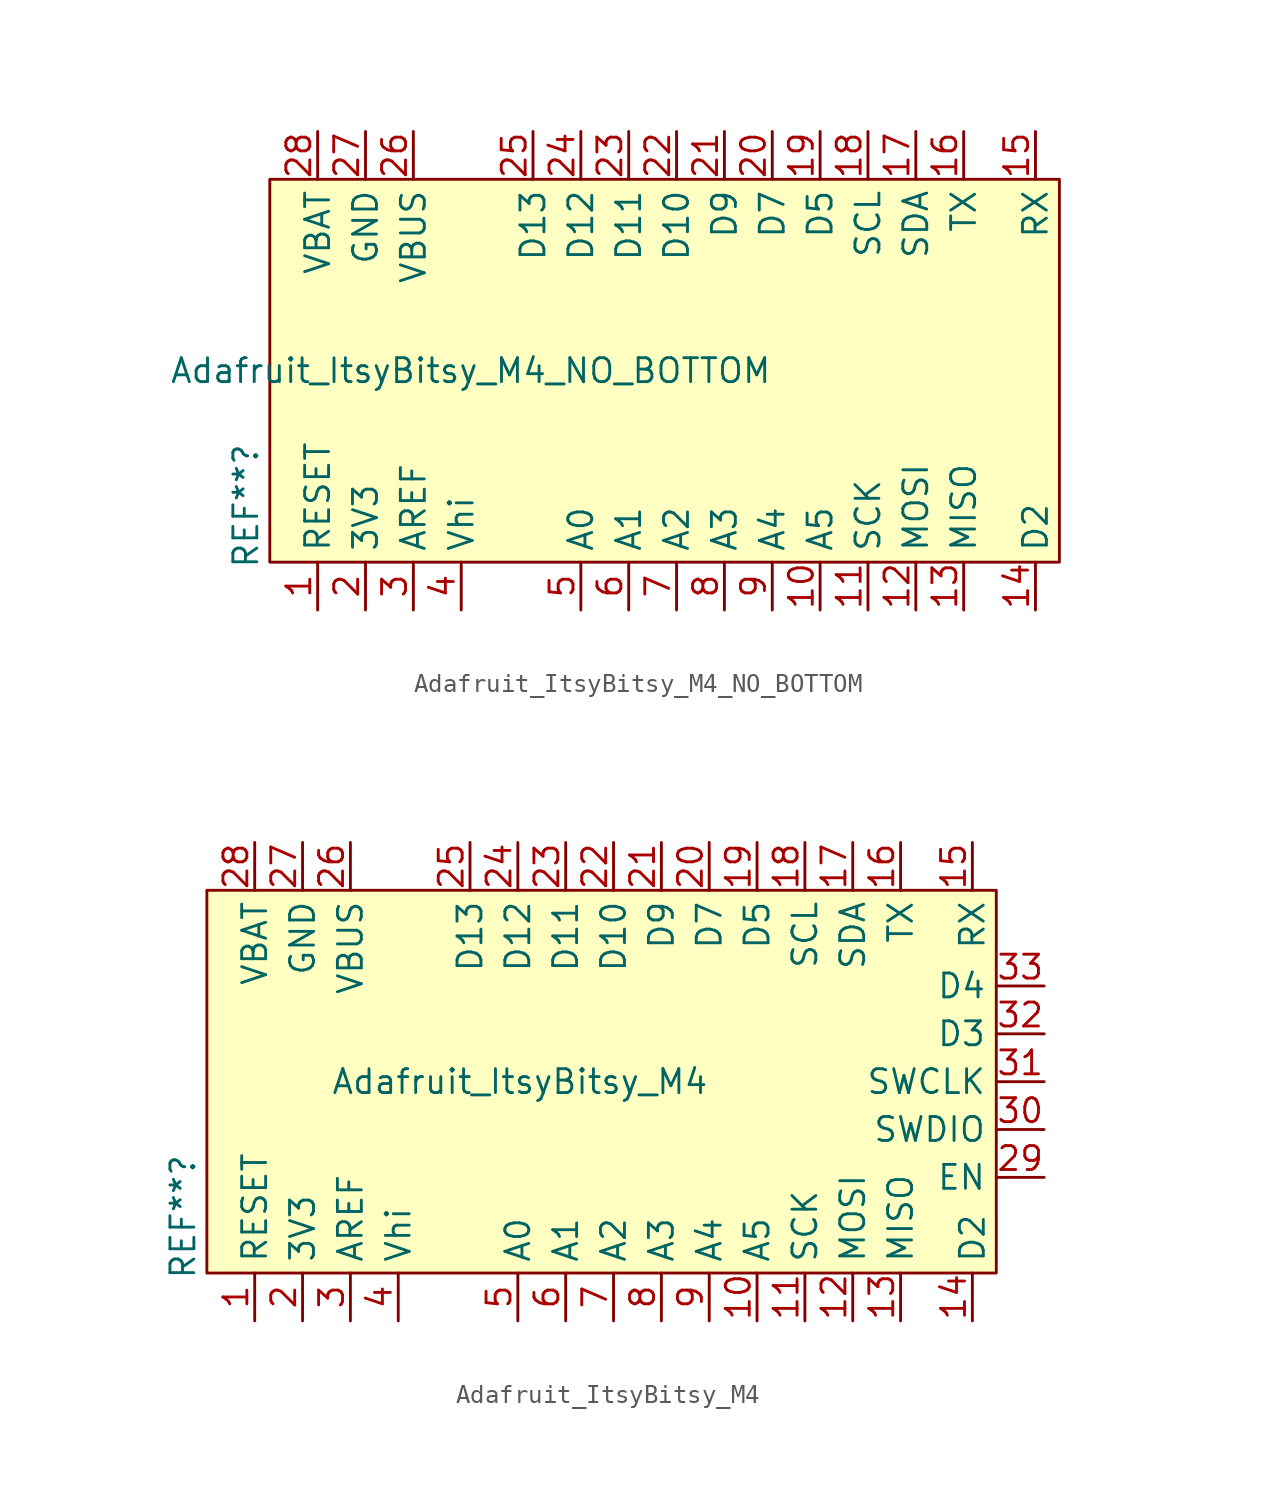
<source format=kicad_sym>
(kicad_symbol_lib
  (version 20220914)
  (generator kicad_symbol_editor)
  (symbol "Adafruit_ItsyBitsy_M4_NO_BOTTOM"
    (property "Reference" "REF**"
      (at -21.59 -3.81 90)
      (effects (font (size 1.27 1.27)) (justify right)))
    (property "Value" "Adafruit_ItsyBitsy_M4_NO_BOTTOM"
      (at 6.35 0 0)
      (effects (font (size 1.27 1.27)) (justify right)))
    (symbol "Adafruit_ItsyBitsy_M4_NO_BOTTOM_0_1"
      (rectangle (start -20.32 10.16) (end 21.59 -10.16) (stroke (width 0) (type default)) (fill (type background))))
    (symbol "Adafruit_ItsyBitsy_M4_NO_BOTTOM_1_1"
      (pin bidirectional line (at -17.78 -12.7 90) (length 2.54) (name "RESET" (effects (font (size 1.27 1.27)))) (number "1" (effects (font (size 1.27 1.27)))))
      (pin bidirectional line (at 8.89 -12.7 90) (length 2.54) (name "A5" (effects (font (size 1.27 1.27)))) (number "10" (effects (font (size 1.27 1.27)))))
      (pin bidirectional line (at 11.43 -12.7 90) (length 2.54) (name "SCK" (effects (font (size 1.27 1.27)))) (number "11" (effects (font (size 1.27 1.27)))))
      (pin bidirectional line (at 13.97 -12.7 90) (length 2.54) (name "MOSI" (effects (font (size 1.27 1.27)))) (number "12" (effects (font (size 1.27 1.27)))))
      (pin bidirectional line (at 16.51 -12.7 90) (length 2.54) (name "MISO" (effects (font (size 1.27 1.27)))) (number "13" (effects (font (size 1.27 1.27)))))
      (pin bidirectional line (at 20.32 -12.7 90) (length 2.54) (name "D2" (effects (font (size 1.27 1.27)))) (number "14" (effects (font (size 1.27 1.27)))))
      (pin bidirectional line (at 20.32 12.7 270) (length 2.54) (name "RX" (effects (font (size 1.27 1.27)))) (number "15" (effects (font (size 1.27 1.27)))))
      (pin bidirectional line (at 16.51 12.7 270) (length 2.54) (name "TX" (effects (font (size 1.27 1.27)))) (number "16" (effects (font (size 1.27 1.27)))))
      (pin bidirectional line (at 13.97 12.7 270) (length 2.54) (name "SDA" (effects (font (size 1.27 1.27)))) (number "17" (effects (font (size 1.27 1.27)))))
      (pin bidirectional line (at 11.43 12.7 270) (length 2.54) (name "SCL" (effects (font (size 1.27 1.27)))) (number "18" (effects (font (size 1.27 1.27)))))
      (pin bidirectional line (at 8.89 12.7 270) (length 2.54) (name "D5" (effects (font (size 1.27 1.27)))) (number "19" (effects (font (size 1.27 1.27)))))
      (pin power_out line (at -15.24 -12.7 90) (length 2.54) (name "3V3" (effects (font (size 1.27 1.27)))) (number "2" (effects (font (size 1.27 1.27)))))
      (pin bidirectional line (at 6.35 12.7 270) (length 2.54) (name "D7" (effects (font (size 1.27 1.27)))) (number "20" (effects (font (size 1.27 1.27)))))
      (pin bidirectional line (at 3.81 12.7 270) (length 2.54) (name "D9" (effects (font (size 1.27 1.27)))) (number "21" (effects (font (size 1.27 1.27)))))
      (pin bidirectional line (at 1.27 12.7 270) (length 2.54) (name "D10" (effects (font (size 1.27 1.27)))) (number "22" (effects (font (size 1.27 1.27)))))
      (pin bidirectional line (at -1.27 12.7 270) (length 2.54) (name "D11" (effects (font (size 1.27 1.27)))) (number "23" (effects (font (size 1.27 1.27)))))
      (pin bidirectional line (at -3.81 12.7 270) (length 2.54) (name "D12" (effects (font (size 1.27 1.27)))) (number "24" (effects (font (size 1.27 1.27)))))
      (pin bidirectional line (at -6.35 12.7 270) (length 2.54) (name "D13" (effects (font (size 1.27 1.27)))) (number "25" (effects (font (size 1.27 1.27)))))
      (pin power_out line (at -12.7 12.7 270) (length 2.54) (name "VBUS" (effects (font (size 1.27 1.27)))) (number "26" (effects (font (size 1.27 1.27)))))
      (pin power_out line (at -15.24 12.7 270) (length 2.54) (name "GND" (effects (font (size 1.27 1.27)))) (number "27" (effects (font (size 1.27 1.27)))))
      (pin power_in line (at -17.78 12.7 270) (length 2.54) (name "VBAT" (effects (font (size 1.27 1.27)))) (number "28" (effects (font (size 1.27 1.27)))))
      (pin no_connect line (at 24.13 -5.08 180) (length 2.54) hide (name "EN" (effects (font (size 1.27 1.27)))) (number "29" (effects (font (size 1.27 1.27)))))
      (pin power_in line (at -12.7 -12.7 90) (length 2.54) (name "AREF" (effects (font (size 1.27 1.27)))) (number "3" (effects (font (size 1.27 1.27)))))
      (pin no_connect line (at 24.13 -2.54 180) (length 2.54) hide (name "SWDIO" (effects (font (size 1.27 1.27)))) (number "30" (effects (font (size 1.27 1.27)))))
      (pin no_connect line (at 24.13 0 180) (length 2.54) hide (name "SWCLK" (effects (font (size 1.27 1.27)))) (number "31" (effects (font (size 1.27 1.27)))))
      (pin no_connect line (at 24.13 2.54 180) (length 2.54) hide (name "D3" (effects (font (size 1.27 1.27)))) (number "32" (effects (font (size 1.27 1.27)))))
      (pin no_connect line (at 24.13 5.08 180) (length 2.54) hide (name "D4" (effects (font (size 1.27 1.27)))) (number "33" (effects (font (size 1.27 1.27)))))
      (pin power_out line (at -10.16 -12.7 90) (length 2.54) (name "Vhi" (effects (font (size 1.27 1.27)))) (number "4" (effects (font (size 1.27 1.27)))))
      (pin bidirectional line (at -3.81 -12.7 90) (length 2.54) (name "A0" (effects (font (size 1.27 1.27)))) (number "5" (effects (font (size 1.27 1.27)))))
      (pin bidirectional line (at -1.27 -12.7 90) (length 2.54) (name "A1" (effects (font (size 1.27 1.27)))) (number "6" (effects (font (size 1.27 1.27)))))
      (pin bidirectional line (at 1.27 -12.7 90) (length 2.54) (name "A2" (effects (font (size 1.27 1.27)))) (number "7" (effects (font (size 1.27 1.27)))))
      (pin bidirectional line (at 3.81 -12.7 90) (length 2.54) (name "A3" (effects (font (size 1.27 1.27)))) (number "8" (effects (font (size 1.27 1.27)))))
      (pin bidirectional line (at 6.35 -12.7 90) (length 2.54) (name "A4" (effects (font (size 1.27 1.27)))) (number "9" (effects (font (size 1.27 1.27)))))))
  (symbol "Adafruit_ItsyBitsy_M4"
    (property "Reference" "REF**"
      (at -21.59 -3.81 90)
      (effects (font (size 1.27 1.27)) (justify right)))
    (property "Value" "Adafruit_ItsyBitsy_M4"
      (at 6.35 0 0)
      (effects (font (size 1.27 1.27)) (justify right)))
    (symbol "Adafruit_ItsyBitsy_M4_0_1"
      (rectangle (start -20.32 10.16) (end 21.59 -10.16) (stroke (width 0) (type default)) (fill (type background))))
    (symbol "Adafruit_ItsyBitsy_M4_1_1"
      (pin bidirectional line (at -17.78 -12.7 90) (length 2.54) (name "RESET" (effects (font (size 1.27 1.27)))) (number "1" (effects (font (size 1.27 1.27)))))
      (pin bidirectional line (at 8.89 -12.7 90) (length 2.54) (name "A5" (effects (font (size 1.27 1.27)))) (number "10" (effects (font (size 1.27 1.27)))))
      (pin bidirectional line (at 11.43 -12.7 90) (length 2.54) (name "SCK" (effects (font (size 1.27 1.27)))) (number "11" (effects (font (size 1.27 1.27)))))
      (pin bidirectional line (at 13.97 -12.7 90) (length 2.54) (name "MOSI" (effects (font (size 1.27 1.27)))) (number "12" (effects (font (size 1.27 1.27)))))
      (pin bidirectional line (at 16.51 -12.7 90) (length 2.54) (name "MISO" (effects (font (size 1.27 1.27)))) (number "13" (effects (font (size 1.27 1.27)))))
      (pin bidirectional line (at 20.32 -12.7 90) (length 2.54) (name "D2" (effects (font (size 1.27 1.27)))) (number "14" (effects (font (size 1.27 1.27)))))
      (pin bidirectional line (at 20.32 12.7 270) (length 2.54) (name "RX" (effects (font (size 1.27 1.27)))) (number "15" (effects (font (size 1.27 1.27)))))
      (pin bidirectional line (at 16.51 12.7 270) (length 2.54) (name "TX" (effects (font (size 1.27 1.27)))) (number "16" (effects (font (size 1.27 1.27)))))
      (pin bidirectional line (at 13.97 12.7 270) (length 2.54) (name "SDA" (effects (font (size 1.27 1.27)))) (number "17" (effects (font (size 1.27 1.27)))))
      (pin bidirectional line (at 11.43 12.7 270) (length 2.54) (name "SCL" (effects (font (size 1.27 1.27)))) (number "18" (effects (font (size 1.27 1.27)))))
      (pin bidirectional line (at 8.89 12.7 270) (length 2.54) (name "D5" (effects (font (size 1.27 1.27)))) (number "19" (effects (font (size 1.27 1.27)))))
      (pin power_out line (at -15.24 -12.7 90) (length 2.54) (name "3V3" (effects (font (size 1.27 1.27)))) (number "2" (effects (font (size 1.27 1.27)))))
      (pin bidirectional line (at 6.35 12.7 270) (length 2.54) (name "D7" (effects (font (size 1.27 1.27)))) (number "20" (effects (font (size 1.27 1.27)))))
      (pin bidirectional line (at 3.81 12.7 270) (length 2.54) (name "D9" (effects (font (size 1.27 1.27)))) (number "21" (effects (font (size 1.27 1.27)))))
      (pin bidirectional line (at 1.27 12.7 270) (length 2.54) (name "D10" (effects (font (size 1.27 1.27)))) (number "22" (effects (font (size 1.27 1.27)))))
      (pin bidirectional line (at -1.27 12.7 270) (length 2.54) (name "D11" (effects (font (size 1.27 1.27)))) (number "23" (effects (font (size 1.27 1.27)))))
      (pin bidirectional line (at -3.81 12.7 270) (length 2.54) (name "D12" (effects (font (size 1.27 1.27)))) (number "24" (effects (font (size 1.27 1.27)))))
      (pin bidirectional line (at -6.35 12.7 270) (length 2.54) (name "D13" (effects (font (size 1.27 1.27)))) (number "25" (effects (font (size 1.27 1.27)))))
      (pin power_out line (at -12.7 12.7 270) (length 2.54) (name "VBUS" (effects (font (size 1.27 1.27)))) (number "26" (effects (font (size 1.27 1.27)))))
      (pin power_out line (at -15.24 12.7 270) (length 2.54) (name "GND" (effects (font (size 1.27 1.27)))) (number "27" (effects (font (size 1.27 1.27)))))
      (pin power_in line (at -17.78 12.7 270) (length 2.54) (name "VBAT" (effects (font (size 1.27 1.27)))) (number "28" (effects (font (size 1.27 1.27)))))
      (pin bidirectional line (at 24.13 -5.08 180) (length 2.54) (name "EN" (effects (font (size 1.27 1.27)))) (number "29" (effects (font (size 1.27 1.27)))))
      (pin power_in line (at -12.7 -12.7 90) (length 2.54) (name "AREF" (effects (font (size 1.27 1.27)))) (number "3" (effects (font (size 1.27 1.27)))))
      (pin bidirectional line (at 24.13 -2.54 180) (length 2.54) (name "SWDIO" (effects (font (size 1.27 1.27)))) (number "30" (effects (font (size 1.27 1.27)))))
      (pin bidirectional line (at 24.13 0 180) (length 2.54) (name "SWCLK" (effects (font (size 1.27 1.27)))) (number "31" (effects (font (size 1.27 1.27)))))
      (pin bidirectional line (at 24.13 2.54 180) (length 2.54) (name "D3" (effects (font (size 1.27 1.27)))) (number "32" (effects (font (size 1.27 1.27)))))
      (pin bidirectional line (at 24.13 5.08 180) (length 2.54) (name "D4" (effects (font (size 1.27 1.27)))) (number "33" (effects (font (size 1.27 1.27)))))
      (pin power_out line (at -10.16 -12.7 90) (length 2.54) (name "Vhi" (effects (font (size 1.27 1.27)))) (number "4" (effects (font (size 1.27 1.27)))))
      (pin bidirectional line (at -3.81 -12.7 90) (length 2.54) (name "A0" (effects (font (size 1.27 1.27)))) (number "5" (effects (font (size 1.27 1.27)))))
      (pin bidirectional line (at -1.27 -12.7 90) (length 2.54) (name "A1" (effects (font (size 1.27 1.27)))) (number "6" (effects (font (size 1.27 1.27)))))
      (pin bidirectional line (at 1.27 -12.7 90) (length 2.54) (name "A2" (effects (font (size 1.27 1.27)))) (number "7" (effects (font (size 1.27 1.27)))))
      (pin bidirectional line (at 3.81 -12.7 90) (length 2.54) (name "A3" (effects (font (size 1.27 1.27)))) (number "8" (effects (font (size 1.27 1.27)))))
      (pin bidirectional line (at 6.35 -12.7 90) (length 2.54) (name "A4" (effects (font (size 1.27 1.27)))) (number "9" (effects (font (size 1.27 1.27))))))))
</source>
